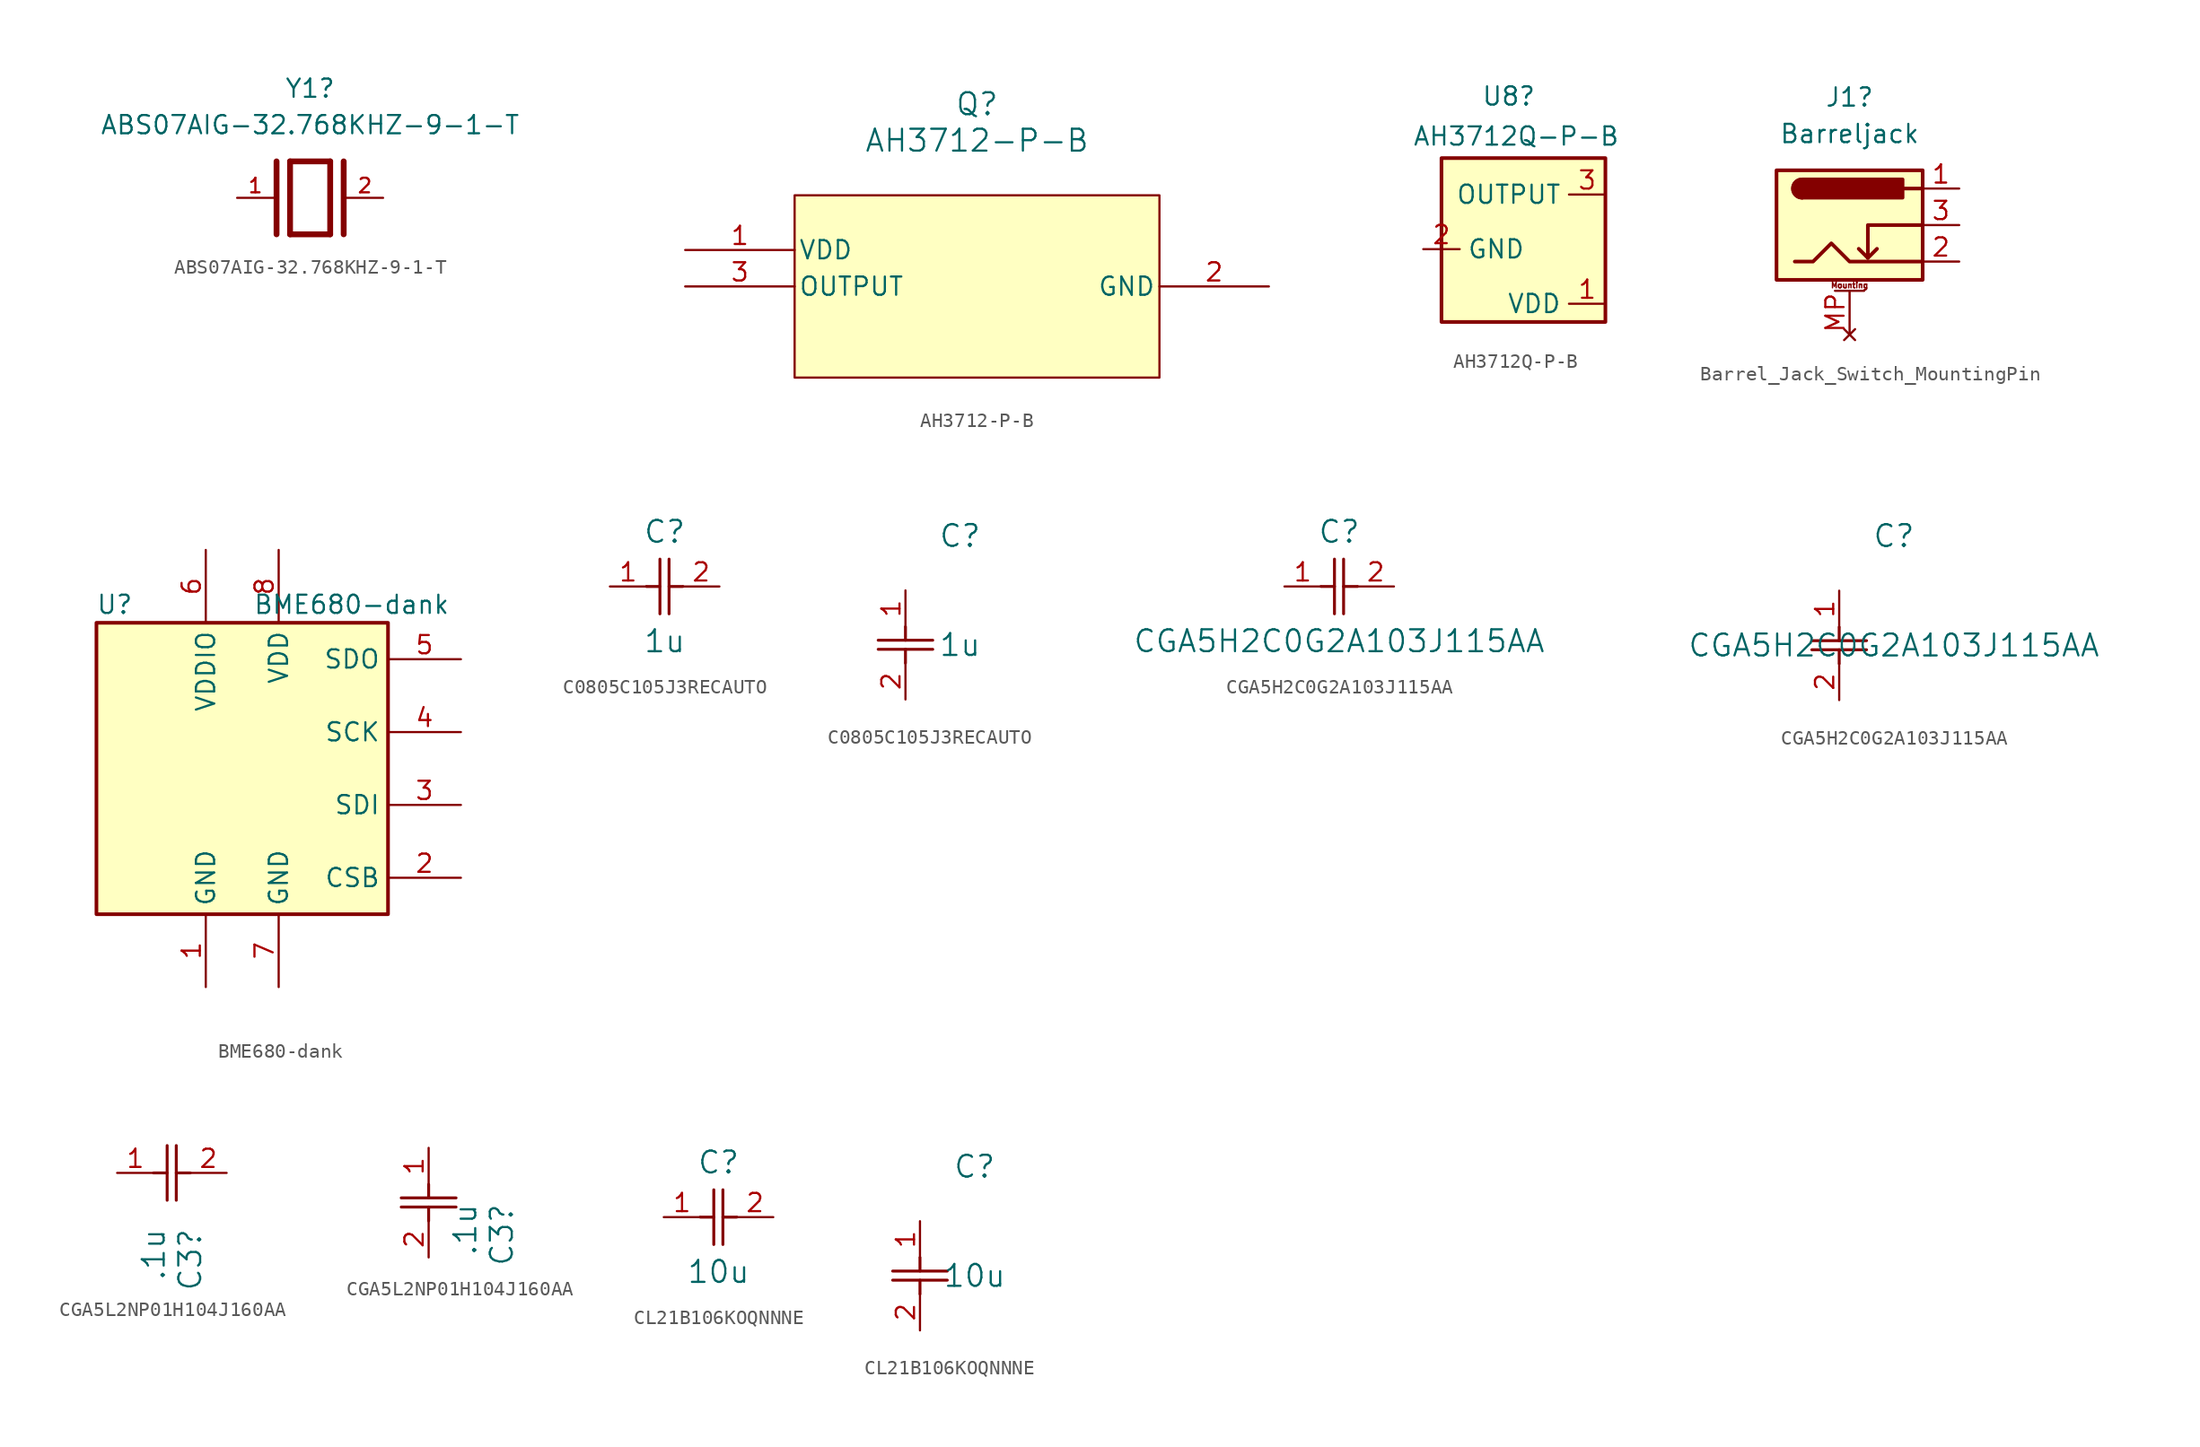
<source format=kicad_sym>
(kicad_symbol_lib
  (version 20231120)
  (generator "kicad_symbol_editor")
  (generator_version "8.0")
  (symbol "ABS07AIG-32.768KHZ-9-1-T"
    (pin_names
      (offset 1.016))
    (property "Reference" "Y1"
      (at 0 7.62 0)
      (effects (font (size 1.27 1.27))))
    (property "Value" "ABS07AIG-32.768KHZ-9-1-T"
      (at 0 5.08 0)
      (effects (font (size 1.27 1.27))))
    (symbol "ABS07AIG-32.768KHZ-9-1-T_0_0"
      (polyline (pts (xy -2.337 2.54) (xy -2.337 -2.54)) (stroke (width 0.406) (type default)) (fill (type none)))
      (polyline (pts (xy -1.397 2.54) (xy -1.397 -2.54)) (stroke (width 0.406) (type default)) (fill (type none)))
      (polyline (pts (xy -1.397 2.54) (xy 1.397 2.54)) (stroke (width 0.406) (type default)) (fill (type none)))
      (polyline (pts (xy 1.397 -2.54) (xy -1.397 -2.54)) (stroke (width 0.406) (type default)) (fill (type none)))
      (polyline (pts (xy 1.397 2.54) (xy 1.397 -2.54)) (stroke (width 0.406) (type default)) (fill (type none)))
      (polyline (pts (xy 2.337 2.54) (xy 2.337 -2.54)) (stroke (width 0.406) (type default)) (fill (type none)))
      (pin passive line (at -5.08 0 0) (length 2.54) (name "~" (effects (font (size 1.016 1.016)))) (number "1" (effects (font (size 1.016 1.016)))))
      (pin passive line (at 5.08 0 180) (length 2.54) (name "~" (effects (font (size 1.016 1.016)))) (number "2" (effects (font (size 1.016 1.016)))))))
  (symbol "AH3712-P-B"
    (pin_names
      (offset 0.254))
    (property "Reference" "Q"
      (at 20.32 10.16 0)
      (effects (font (size 1.524 1.524))))
    (property "Value" "AH3712-P-B"
      (at 20.32 7.62 0)
      (effects (font (size 1.524 1.524))))
    (symbol "AH3712-P-B_0_1"
      (pin power_in line (at 0 0 0) (length 7.62) (name "VDD" (effects (font (size 1.27 1.27)))) (number "1" (effects (font (size 1.27 1.27)))))
      (pin power_out line (at 40.64 -2.54 180) (length 7.62) (name "GND" (effects (font (size 1.27 1.27)))) (number "2" (effects (font (size 1.27 1.27)))))
      (pin output line (at 0 -2.54 0) (length 7.62) (name "OUTPUT" (effects (font (size 1.27 1.27)))) (number "3" (effects (font (size 1.27 1.27))))))
    (symbol "AH3712-P-B_1_1"
      (rectangle (start 7.62 3.81) (end 33.02 -8.89) (stroke (width 0) (type default)) (fill (type background)))))
  (symbol "AH3712Q-P-B"
    (property "Reference" "U8"
      (at 0.254 11.938 0)
      (effects (font (size 1.27 1.27)) (justify right)))
    (property "Value" "AH3712Q-P-B"
      (at 6.096 9.144 0)
      (effects (font (size 1.27 1.27)) (justify right)))
    (symbol "AH3712Q-P-B_0_1"
      (rectangle (start -6.35 7.62) (end 5.08 -3.81) (stroke (width 0.254) (type default)) (fill (type background))))
    (symbol "AH3712Q-P-B_1_1"
      (pin power_in line (at 5.08 -2.54 180) (length 2.54) (name "VDD" (effects (font (size 1.27 1.27)))) (number "1" (effects (font (size 1.27 1.27)))))
      (pin power_in line (at -7.62 1.27 0) (length 2.54) (name "GND" (effects (font (size 1.27 1.27)))) (number "2" (effects (font (size 1.27 1.27)))))
      (pin open_collector line (at 5.08 5.08 180) (length 2.54) (name "OUTPUT" (effects (font (size 1.27 1.27)))) (number "3" (effects (font (size 1.27 1.27)))))))
  (symbol "Barrel_Jack_Switch_MountingPin"
    (pin_names hide)
    (property "Reference" "J1"
      (at 0 8.89 0)
      (effects (font (size 1.27 1.27))))
    (property "Value" "Barreljack"
      (at 0 6.35 0)
      (effects (font (size 1.27 1.27))))
    (symbol "Barrel_Jack_Switch_MountingPin_0_1"
      (rectangle (start -5.08 3.81) (end 5.08 -3.81) (stroke (width 0.254) (type default)) (fill (type background)))
      (arc (start -3.302 3.175) (mid -3.9343 2.54) (end -3.302 1.905) (stroke (width 0.254) (type default)) (fill (type none)))
      (arc (start -3.302 3.175) (mid -3.9343 2.54) (end -3.302 1.905) (stroke (width 0.254) (type default)) (fill (type outline)))
      (polyline (pts (xy 1.27 -2.286) (xy 1.905 -1.651)) (stroke (width 0.254) (type default)) (fill (type none)))
      (polyline (pts (xy 5.08 2.54) (xy 3.81 2.54)) (stroke (width 0.254) (type default)) (fill (type none)))
      (polyline (pts (xy 5.08 0) (xy 1.27 0) (xy 1.27 -2.286) (xy 0.635 -1.651)) (stroke (width 0.254) (type default)) (fill (type none)))
      (polyline (pts (xy -3.81 -2.54) (xy -2.54 -2.54) (xy -1.27 -1.27) (xy 0 -2.54) (xy 2.54 -2.54) (xy 5.08 -2.54)) (stroke (width 0.254) (type default)) (fill (type none)))
      (rectangle (start 3.683 3.175) (end -3.302 1.905) (stroke (width 0.254) (type default)) (fill (type outline))))
    (symbol "Barrel_Jack_Switch_MountingPin_1_1"
      (polyline (pts (xy -1.016 -4.572) (xy 1.016 -4.572)) (stroke (width 0.152) (type default)) (fill (type none)))
      (text "Mounting" (at 0 -4.191 0) (effects (font (size 0.381 0.381))))
      (pin passive line (at 7.62 2.54 180) (length 2.54) (name "~" (effects (font (size 1.27 1.27)))) (number "1" (effects (font (size 1.27 1.27)))))
      (pin passive line (at 7.62 -2.54 180) (length 2.54) (name "~" (effects (font (size 1.27 1.27)))) (number "2" (effects (font (size 1.27 1.27)))))
      (pin passive line (at 7.62 0 180) (length 2.54) (name "~" (effects (font (size 1.27 1.27)))) (number "3" (effects (font (size 1.27 1.27)))))
      (pin no_connect line (at 0 -7.62 90) (length 3.048) (name "MountPin" (effects (font (size 1.27 1.27)))) (number "MP" (effects (font (size 1.27 1.27)))))))
  (symbol "BME680-dank"
    (property "Reference" "U"
      (at -8.89 11.43 0)
      (effects (font (size 1.27 1.27))))
    (property "Value" "BME680-dank"
      (at 7.62 11.43 0)
      (effects (font (size 1.27 1.27))))
    (symbol "BME680-dank_0_1"
      (rectangle (start -10.16 10.16) (end 10.16 -10.16) (stroke (width 0.254) (type default)) (fill (type background))))
    (symbol "BME680-dank_1_1"
      (pin power_in line (at -2.54 -15.24 90) (length 5.08) (name "GND" (effects (font (size 1.27 1.27)))) (number "1" (effects (font (size 1.27 1.27)))))
      (pin input line (at 15.24 -7.62 180) (length 5.08) (name "CSB" (effects (font (size 1.27 1.27)))) (number "2" (effects (font (size 1.27 1.27)))))
      (pin bidirectional line (at 15.24 -2.54 180) (length 5.08) (name "SDI" (effects (font (size 1.27 1.27)))) (number "3" (effects (font (size 1.27 1.27)))))
      (pin input line (at 15.24 2.54 180) (length 5.08) (name "SCK" (effects (font (size 1.27 1.27)))) (number "4" (effects (font (size 1.27 1.27)))))
      (pin passive line (at 15.24 7.62 180) (length 5.08) (name "SDO" (effects (font (size 1.27 1.27)))) (number "5" (effects (font (size 1.27 1.27)))))
      (pin power_in line (at -2.54 15.24 270) (length 5.08) (name "VDDIO" (effects (font (size 1.27 1.27)))) (number "6" (effects (font (size 1.27 1.27)))))
      (pin power_in line (at 2.54 -15.24 90) (length 5.08) (name "GND" (effects (font (size 1.27 1.27)))) (number "7" (effects (font (size 1.27 1.27)))))
      (pin power_in line (at 2.54 15.24 270) (length 5.08) (name "VDD" (effects (font (size 1.27 1.27)))) (number "8" (effects (font (size 1.27 1.27)))))))
  (symbol "C0805C105J3RECAUTO"
    (pin_names
      (offset 0.254))
    (property "Reference" "C"
      (at 3.81 3.81 0)
      (effects (font (size 1.524 1.524))))
    (property "Value" "1u"
      (at 3.81 -3.81 0)
      (effects (font (size 1.524 1.524))))
    (symbol "C0805C105J3RECAUTO_1_1"
      (polyline (pts (xy 2.54 0) (xy 3.48 0)) (stroke (width 0.203) (type default)) (fill (type none)))
      (polyline (pts (xy 3.48 -1.905) (xy 3.48 1.905)) (stroke (width 0.203) (type default)) (fill (type none)))
      (polyline (pts (xy 4.115 -1.905) (xy 4.115 1.905)) (stroke (width 0.203) (type default)) (fill (type none)))
      (polyline (pts (xy 4.115 0) (xy 5.08 0)) (stroke (width 0.203) (type default)) (fill (type none)))
      (pin passive line (at 0 0 0) (length 2.54) (name "" (effects (font (size 1.27 1.27)))) (number "1" (effects (font (size 1.27 1.27)))))
      (pin passive line (at 7.62 0 180) (length 2.54) (name "" (effects (font (size 1.27 1.27)))) (number "2" (effects (font (size 1.27 1.27))))))
    (symbol "C0805C105J3RECAUTO_1_2"
      (polyline (pts (xy -1.905 -4.115) (xy 1.905 -4.115)) (stroke (width 0.203) (type default)) (fill (type none)))
      (polyline (pts (xy -1.905 -3.48) (xy 1.905 -3.48)) (stroke (width 0.203) (type default)) (fill (type none)))
      (polyline (pts (xy 0 -4.115) (xy 0 -5.08)) (stroke (width 0.203) (type default)) (fill (type none)))
      (polyline (pts (xy 0 -2.54) (xy 0 -3.48)) (stroke (width 0.203) (type default)) (fill (type none)))
      (pin passive line (at 0 0 270) (length 2.54) (name "" (effects (font (size 1.27 1.27)))) (number "1" (effects (font (size 1.27 1.27)))))
      (pin passive line (at 0 -7.62 90) (length 2.54) (name "" (effects (font (size 1.27 1.27)))) (number "2" (effects (font (size 1.27 1.27)))))))
  (symbol "CGA5H2C0G2A103J115AA"
    (pin_names
      (offset 0.254))
    (property "Reference" "C"
      (at 3.81 3.81 0)
      (effects (font (size 1.524 1.524))))
    (property "Value" "CGA5H2C0G2A103J115AA"
      (at 3.81 -3.81 0)
      (effects (font (size 1.524 1.524))))
    (symbol "CGA5H2C0G2A103J115AA_1_1"
      (polyline (pts (xy 2.54 0) (xy 3.48 0)) (stroke (width 0.203) (type default)) (fill (type none)))
      (polyline (pts (xy 3.48 -1.905) (xy 3.48 1.905)) (stroke (width 0.203) (type default)) (fill (type none)))
      (polyline (pts (xy 4.115 -1.905) (xy 4.115 1.905)) (stroke (width 0.203) (type default)) (fill (type none)))
      (polyline (pts (xy 4.115 0) (xy 5.08 0)) (stroke (width 0.203) (type default)) (fill (type none)))
      (pin passive line (at 0 0 0) (length 2.54) (name "" (effects (font (size 1.27 1.27)))) (number "1" (effects (font (size 1.27 1.27)))))
      (pin passive line (at 7.62 0 180) (length 2.54) (name "" (effects (font (size 1.27 1.27)))) (number "2" (effects (font (size 1.27 1.27))))))
    (symbol "CGA5H2C0G2A103J115AA_1_2"
      (polyline (pts (xy -1.905 -4.115) (xy 1.905 -4.115)) (stroke (width 0.203) (type default)) (fill (type none)))
      (polyline (pts (xy -1.905 -3.48) (xy 1.905 -3.48)) (stroke (width 0.203) (type default)) (fill (type none)))
      (polyline (pts (xy 0 -4.115) (xy 0 -5.08)) (stroke (width 0.203) (type default)) (fill (type none)))
      (polyline (pts (xy 0 -2.54) (xy 0 -3.48)) (stroke (width 0.203) (type default)) (fill (type none)))
      (pin passive line (at 0 0 270) (length 2.54) (name "" (effects (font (size 1.27 1.27)))) (number "1" (effects (font (size 1.27 1.27)))))
      (pin passive line (at 0 -7.62 90) (length 2.54) (name "" (effects (font (size 1.27 1.27)))) (number "2" (effects (font (size 1.27 1.27)))))))
  (symbol "CGA5L2NP01H104J160AA"
    (pin_names
      (offset 0.254))
    (property "Reference" "C3"
      (at 5.08 -3.81 90)
      (effects (font (size 1.524 1.524)) (justify right)))
    (property "Value" ".1u"
      (at 2.54 -3.81 90)
      (effects (font (size 1.524 1.524)) (justify right)))
    (symbol "CGA5L2NP01H104J160AA_1_1"
      (polyline (pts (xy 2.54 0) (xy 3.48 0)) (stroke (width 0.203) (type default)) (fill (type none)))
      (polyline (pts (xy 3.48 -1.905) (xy 3.48 1.905)) (stroke (width 0.203) (type default)) (fill (type none)))
      (polyline (pts (xy 4.115 -1.905) (xy 4.115 1.905)) (stroke (width 0.203) (type default)) (fill (type none)))
      (polyline (pts (xy 4.115 0) (xy 5.08 0)) (stroke (width 0.203) (type default)) (fill (type none)))
      (pin passive line (at 0 0 0) (length 2.54) (name "" (effects (font (size 1.27 1.27)))) (number "1" (effects (font (size 1.27 1.27)))))
      (pin passive line (at 7.62 0 180) (length 2.54) (name "" (effects (font (size 1.27 1.27)))) (number "2" (effects (font (size 1.27 1.27))))))
    (symbol "CGA5L2NP01H104J160AA_1_2"
      (polyline (pts (xy -1.905 -4.115) (xy 1.905 -4.115)) (stroke (width 0.203) (type default)) (fill (type none)))
      (polyline (pts (xy -1.905 -3.48) (xy 1.905 -3.48)) (stroke (width 0.203) (type default)) (fill (type none)))
      (polyline (pts (xy 0 -4.115) (xy 0 -5.08)) (stroke (width 0.203) (type default)) (fill (type none)))
      (polyline (pts (xy 0 -2.54) (xy 0 -3.48)) (stroke (width 0.203) (type default)) (fill (type none)))
      (pin passive line (at 0 0 270) (length 2.54) (name "" (effects (font (size 1.27 1.27)))) (number "1" (effects (font (size 1.27 1.27)))))
      (pin passive line (at 0 -7.62 90) (length 2.54) (name "" (effects (font (size 1.27 1.27)))) (number "2" (effects (font (size 1.27 1.27)))))))
  (symbol "CL21B106KOQNNNE"
    (pin_names
      (offset 0.254))
    (property "Reference" "C"
      (at 3.81 3.81 0)
      (effects (font (size 1.524 1.524))))
    (property "Value" "10u"
      (at 3.81 -3.81 0)
      (effects (font (size 1.524 1.524))))
    (symbol "CL21B106KOQNNNE_1_1"
      (polyline (pts (xy 2.54 0) (xy 3.48 0)) (stroke (width 0.203) (type default)) (fill (type none)))
      (polyline (pts (xy 3.48 -1.905) (xy 3.48 1.905)) (stroke (width 0.203) (type default)) (fill (type none)))
      (polyline (pts (xy 4.115 -1.905) (xy 4.115 1.905)) (stroke (width 0.203) (type default)) (fill (type none)))
      (polyline (pts (xy 4.115 0) (xy 5.08 0)) (stroke (width 0.203) (type default)) (fill (type none)))
      (pin passive line (at 0 0 0) (length 2.54) (name "" (effects (font (size 1.27 1.27)))) (number "1" (effects (font (size 1.27 1.27)))))
      (pin passive line (at 7.62 0 180) (length 2.54) (name "" (effects (font (size 1.27 1.27)))) (number "2" (effects (font (size 1.27 1.27))))))
    (symbol "CL21B106KOQNNNE_1_2"
      (polyline (pts (xy -1.905 -4.115) (xy 1.905 -4.115)) (stroke (width 0.203) (type default)) (fill (type none)))
      (polyline (pts (xy -1.905 -3.48) (xy 1.905 -3.48)) (stroke (width 0.203) (type default)) (fill (type none)))
      (polyline (pts (xy 0 -4.115) (xy 0 -5.08)) (stroke (width 0.203) (type default)) (fill (type none)))
      (polyline (pts (xy 0 -2.54) (xy 0 -3.48)) (stroke (width 0.203) (type default)) (fill (type none)))
      (pin passive line (at 0 0 270) (length 2.54) (name "" (effects (font (size 1.27 1.27)))) (number "1" (effects (font (size 1.27 1.27)))))
      (pin passive line (at 0 -7.62 90) (length 2.54) (name "" (effects (font (size 1.27 1.27)))) (number "2" (effects (font (size 1.27 1.27))))))))
</source>
